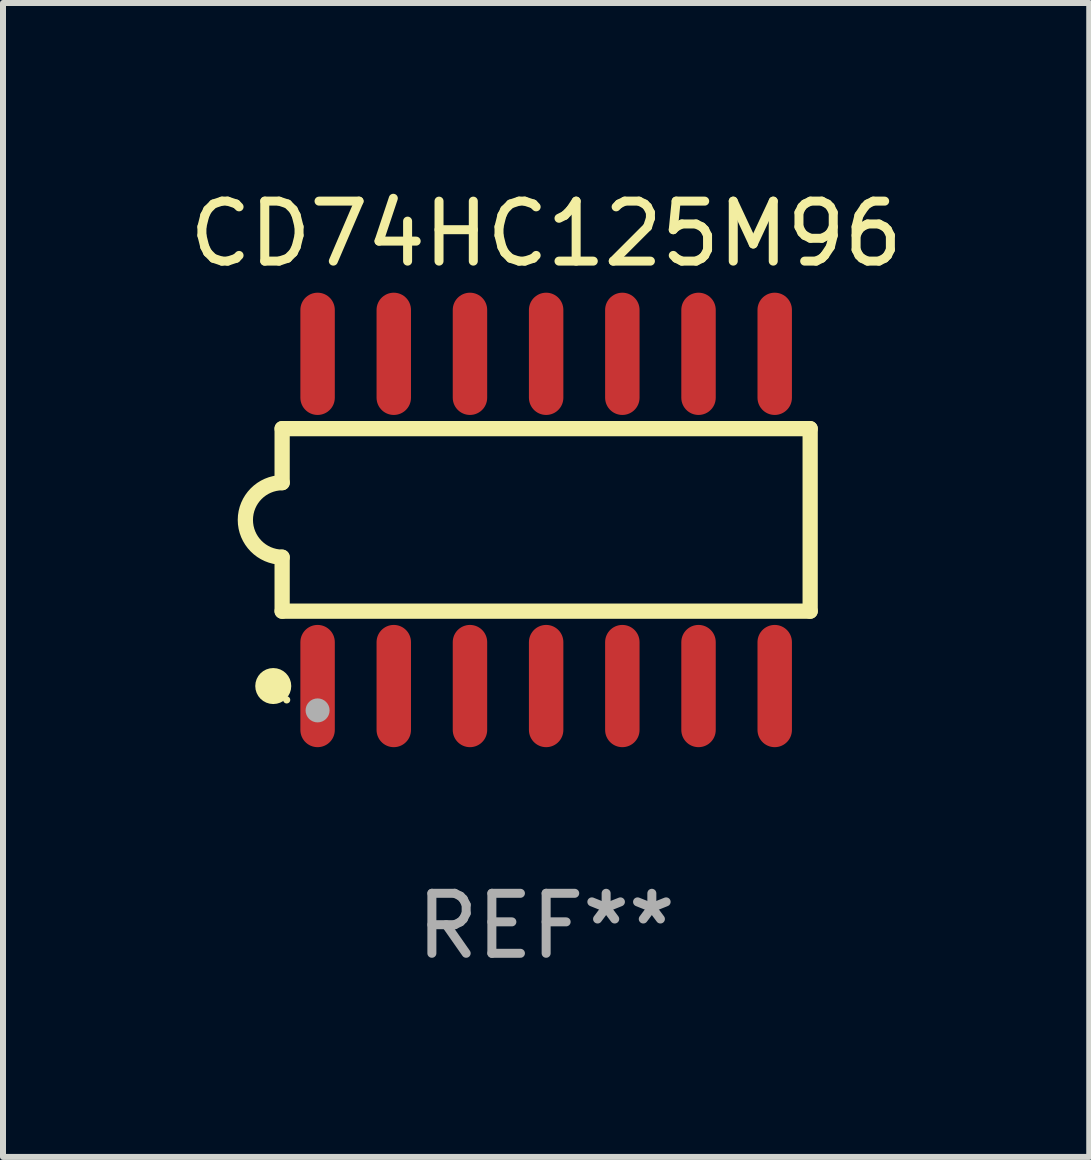
<source format=kicad_pcb>
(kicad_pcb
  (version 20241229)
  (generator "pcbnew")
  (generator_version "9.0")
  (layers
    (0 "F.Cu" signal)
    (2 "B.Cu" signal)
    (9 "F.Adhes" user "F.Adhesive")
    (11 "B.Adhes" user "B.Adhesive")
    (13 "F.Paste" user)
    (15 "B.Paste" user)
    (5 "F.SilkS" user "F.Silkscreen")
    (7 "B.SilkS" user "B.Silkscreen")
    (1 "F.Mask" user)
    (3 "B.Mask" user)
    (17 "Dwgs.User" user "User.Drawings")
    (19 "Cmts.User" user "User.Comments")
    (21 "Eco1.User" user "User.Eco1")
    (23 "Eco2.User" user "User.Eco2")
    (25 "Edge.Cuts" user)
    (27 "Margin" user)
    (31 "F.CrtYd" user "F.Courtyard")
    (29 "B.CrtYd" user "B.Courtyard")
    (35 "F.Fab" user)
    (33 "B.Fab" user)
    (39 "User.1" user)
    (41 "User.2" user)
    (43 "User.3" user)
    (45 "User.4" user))
  (footprint "CD74HC125M96"
    (layer "F.Cu")
    (at 6.054 5.617)
    (property "Reference" "CD74HC125M96" (at 0 -4.769 0) (layer "F.SilkS") (effects (font (size 1 1) (thickness 0.15))))
    (attr through_hole)
    (fp_line (start -4.401 -1.522) (end -4.401 -0.622) (stroke (width 0.254) (type solid)) (layer "F.SilkS"))
    (fp_line (start -4.401 -1.522) (end 4.401 -1.522) (stroke (width 0.254) (type solid)) (layer "F.SilkS"))
    (fp_line (start -4.401 1.521) (end -4.401 0.621) (stroke (width 0.254) (type solid)) (layer "F.SilkS"))
    (fp_line (start 4.401 -1.522) (end 4.401 1.521) (stroke (width 0.254) (type solid)) (layer "F.SilkS"))
    (fp_line (start 4.401 1.521) (end -4.401 1.521) (stroke (width 0.254) (type solid)) (layer "F.SilkS"))
    (fp_arc (start -4.401219 0.621311) (mid -5.021261 -0.000419) (end -4.400101 -0.621032) (stroke (width 0.254001) (type solid)) (layer "F.SilkS"))
    (fp_circle (center -4.549 2.769) (end -4.399 2.769) (stroke (width 0.3) (type solid)) (fill no) (layer "F.SilkS"))
    (fp_circle (center -4.325 3) (end -4.295 3) (stroke (width 0.06) (type solid)) (fill no) (layer "F.SilkS"))
    (fp_circle (center -3.81 3.175) (end -3.71 3.175) (stroke (width 0.2) (type solid)) (fill no) (layer "F.Fab"))
    (fp_text user "REF**" (at 0 6.769 0) (layer "F.Fab") (effects (font (size 1 1) (thickness 0.15))))
    (pad "1" smd oval (at -3.81 2.769) (size 0.574 2.038) (layers "F.Cu" "F.Mask" "F.Paste"))
    (pad "2" smd oval (at -2.54 2.769) (size 0.574 2.038) (layers "F.Cu" "F.Mask" "F.Paste"))
    (pad "3" smd oval (at -1.27 2.769) (size 0.574 2.038) (layers "F.Cu" "F.Mask" "F.Paste"))
    (pad "4" smd oval (at -0.000051 2.769) (size 0.574 2.038) (layers "F.Cu" "F.Mask" "F.Paste"))
    (pad "5" smd oval (at 1.27 2.769) (size 0.574 2.038) (layers "F.Cu" "F.Mask" "F.Paste"))
    (pad "6" smd oval (at 2.54 2.769) (size 0.574 2.038) (layers "F.Cu" "F.Mask" "F.Paste"))
    (pad "7" smd oval (at 3.81 2.769) (size 0.574 2.038) (layers "F.Cu" "F.Mask" "F.Paste"))
    (pad "8" smd oval (at 3.81 -2.769) (size 0.574 2.038) (layers "F.Cu" "F.Mask" "F.Paste"))
    (pad "9" smd oval (at 2.54 -2.769) (size 0.574 2.038) (layers "F.Cu" "F.Mask" "F.Paste"))
    (pad "10" smd oval (at 1.27 -2.769) (size 0.574 2.038) (layers "F.Cu" "F.Mask" "F.Paste"))
    (pad "11" smd oval (at -0.000051 -2.769) (size 0.574 2.038) (layers "F.Cu" "F.Mask" "F.Paste"))
    (pad "12" smd oval (at -1.27 -2.769) (size 0.574 2.038) (layers "F.Cu" "F.Mask" "F.Paste"))
    (pad "13" smd oval (at -2.54 -2.769) (size 0.574 2.038) (layers "F.Cu" "F.Mask" "F.Paste"))
    (pad "14" smd oval (at -3.81 -2.769) (size 0.574 2.038) (layers "F.Cu" "F.Mask" "F.Paste")))
  (gr_rect
    (start -3 -3)
    (end 15.107 16.235)
    (stroke (width 0.1) (type default))
    (fill no)
    (layer "Edge.Cuts")))
</source>
